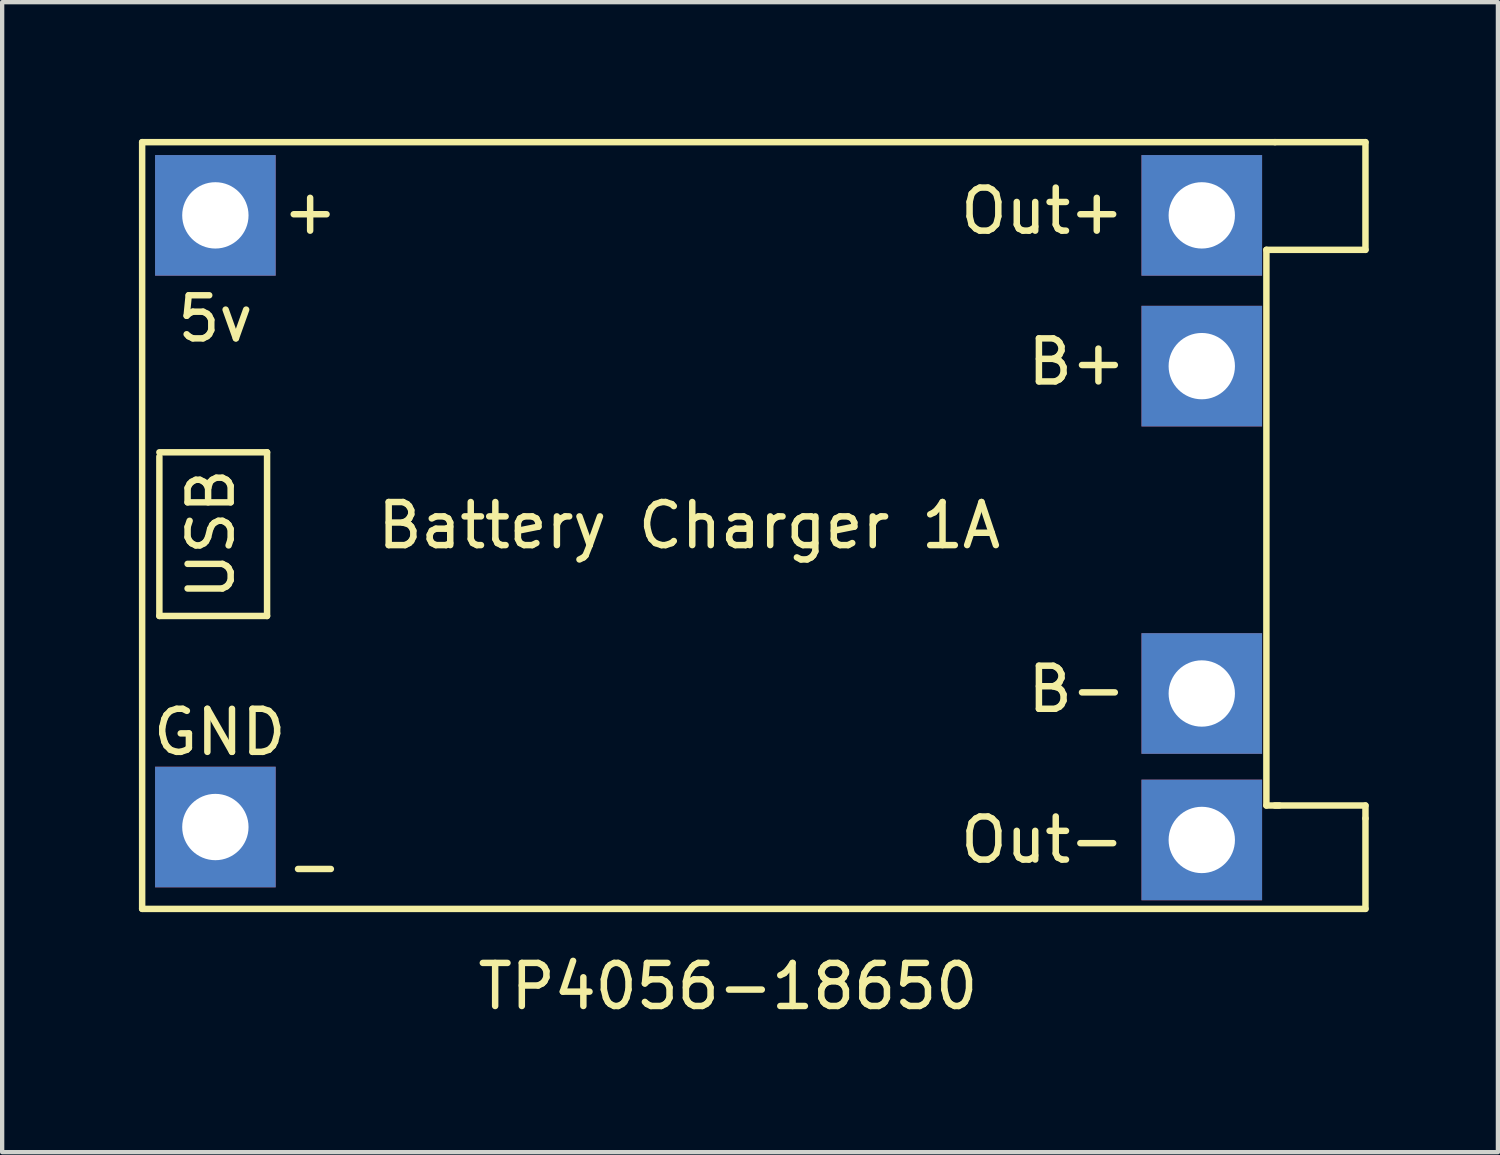
<source format=kicad_pcb>
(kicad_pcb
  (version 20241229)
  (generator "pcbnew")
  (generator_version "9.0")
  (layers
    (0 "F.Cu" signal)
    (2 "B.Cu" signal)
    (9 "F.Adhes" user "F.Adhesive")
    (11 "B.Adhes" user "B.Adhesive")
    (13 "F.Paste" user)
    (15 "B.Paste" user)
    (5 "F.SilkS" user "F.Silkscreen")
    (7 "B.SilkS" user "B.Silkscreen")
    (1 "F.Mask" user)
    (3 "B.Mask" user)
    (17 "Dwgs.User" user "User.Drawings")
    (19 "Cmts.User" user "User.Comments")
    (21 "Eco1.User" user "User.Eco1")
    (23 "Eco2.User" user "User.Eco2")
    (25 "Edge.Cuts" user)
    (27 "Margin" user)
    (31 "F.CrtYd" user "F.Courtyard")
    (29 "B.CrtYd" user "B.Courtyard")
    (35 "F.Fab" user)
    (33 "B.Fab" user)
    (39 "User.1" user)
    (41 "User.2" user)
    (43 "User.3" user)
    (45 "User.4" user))
  (footprint "TP4056-18650"
    (layer "F.Cu")
    (at 0.25 0.25)
    (property "Reference" "TP4056-18650" (at 13.6 19.6 0) (layer "F.SilkS") (effects (font (size 1 1) (thickness 0.15))))
    (attr through_hole)
    (fp_line (start 0 0) (end 26.3 0) (stroke (width 0.15) (type solid)) (layer "F.SilkS"))
    (fp_line (start 0 17.8) (end 0 0) (stroke (width 0.15) (type solid)) (layer "F.SilkS"))
    (fp_line (start 0.4 7.2) (end 2.9 7.2) (stroke (width 0.15) (type solid)) (layer "F.SilkS"))
    (fp_line (start 0.4 11) (end 0.4 7.3) (stroke (width 0.15) (type solid)) (layer "F.SilkS"))
    (fp_line (start 2.9 7.2) (end 2.9 11) (stroke (width 0.15) (type solid)) (layer "F.SilkS"))
    (fp_line (start 2.9 11) (end 0.4 11) (stroke (width 0.15) (type solid)) (layer "F.SilkS"))
    (fp_line (start 26.1 2.5) (end 26.1 15.4) (stroke (width 0.15) (type solid)) (layer "F.SilkS"))
    (fp_line (start 26.1 15.4) (end 26.4 15.4) (stroke (width 0.15) (type solid)) (layer "F.SilkS"))
    (fp_line (start 26.3 0) (end 28.4 0) (stroke (width 0.15) (type solid)) (layer "F.SilkS"))
    (fp_line (start 26.3 15.4) (end 28.4 15.4) (stroke (width 0.15) (type solid)) (layer "F.SilkS"))
    (fp_line (start 28.4 0) (end 28.4 2.5) (stroke (width 0.15) (type solid)) (layer "F.SilkS"))
    (fp_line (start 28.4 2.5) (end 26.1 2.5) (stroke (width 0.15) (type solid)) (layer "F.SilkS"))
    (fp_line (start 28.4 15.4) (end 28.4 15.7) (stroke (width 0.15) (type solid)) (layer "F.SilkS"))
    (fp_line (start 28.4 15.7) (end 28.4 17.8) (stroke (width 0.15) (type solid)) (layer "F.SilkS"))
    (fp_line (start 28.4 17.8) (end 0 17.8) (stroke (width 0.15) (type solid)) (layer "F.SilkS"))
    (fp_text user "Out-" (at 20.9 16.2 0) (layer "F.SilkS") (effects (font (size 1 1) (thickness 0.15))))
    (fp_text user "+" (at 3.9 1.6 0) (layer "F.SilkS") (effects (font (size 1 1) (thickness 0.15))))
    (fp_text user "B-" (at 21.7 12.7 0) (layer "F.SilkS") (effects (font (size 1 1) (thickness 0.15))))
    (fp_text user "B+" (at 21.7 5.1 0) (layer "F.SilkS") (effects (font (size 1 1) (thickness 0.15))))
    (fp_text user "5v" (at 1.7 4.1 0) (layer "F.SilkS") (effects (font (size 1 1) (thickness 0.15))))
    (fp_text user "-" (at 4 16.8 0) (layer "F.SilkS") (effects (font (size 1 1) (thickness 0.15))))
    (fp_text user "Battery Charger 1A" (at 12.7 8.9 0) (layer "F.SilkS") (effects (font (size 1 1) (thickness 0.15))))
    (fp_text user "GND" (at 1.8 13.7 0) (layer "F.SilkS") (effects (font (size 1 1) (thickness 0.15))))
    (fp_text user "Out+" (at 20.9 1.6 0) (layer "F.SilkS") (effects (font (size 1 1) (thickness 0.15))))
    (fp_text user "USB" (at 1.6 9.1 90) (layer "F.SilkS") (effects (font (size 1 1) (thickness 0.15))))
    (pad "1" thru_hole rect (at 1.7 1.7) (size 2.8 2.8) (drill 1.54) (layers "*.Cu" "*.Mask"))
    (pad "2" thru_hole rect (at 1.7 15.9) (size 2.8 2.8) (drill 1.54) (layers "*.Cu" "*.Mask"))
    (pad "3" thru_hole rect (at 24.6 1.7) (size 2.8 2.8) (drill 1.54) (layers "*.Cu" "*.Mask"))
    (pad "4" thru_hole rect (at 24.6 16.2) (size 2.8 2.8) (drill 1.54) (layers "*.Cu" "*.Mask"))
    (pad "5" thru_hole rect (at 24.6 5.2) (size 2.8 2.8) (drill 1.54) (layers "*.Cu" "*.Mask"))
    (pad "6" thru_hole rect (at 24.6 12.8) (size 2.8 2.8) (drill 1.54) (layers "*.Cu" "*.Mask")))
  (gr_rect
    (start -3 -3)
    (end 31.725 23.698)
    (stroke (width 0.1) (type default))
    (fill no)
    (layer "Edge.Cuts")))
</source>
